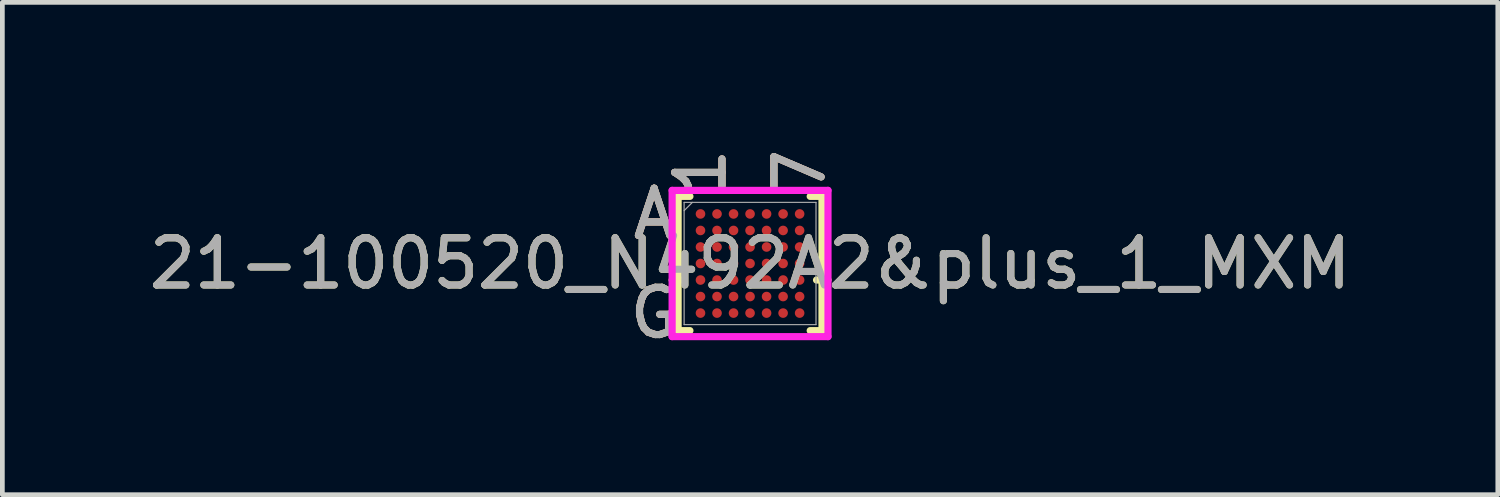
<source format=kicad_pcb>
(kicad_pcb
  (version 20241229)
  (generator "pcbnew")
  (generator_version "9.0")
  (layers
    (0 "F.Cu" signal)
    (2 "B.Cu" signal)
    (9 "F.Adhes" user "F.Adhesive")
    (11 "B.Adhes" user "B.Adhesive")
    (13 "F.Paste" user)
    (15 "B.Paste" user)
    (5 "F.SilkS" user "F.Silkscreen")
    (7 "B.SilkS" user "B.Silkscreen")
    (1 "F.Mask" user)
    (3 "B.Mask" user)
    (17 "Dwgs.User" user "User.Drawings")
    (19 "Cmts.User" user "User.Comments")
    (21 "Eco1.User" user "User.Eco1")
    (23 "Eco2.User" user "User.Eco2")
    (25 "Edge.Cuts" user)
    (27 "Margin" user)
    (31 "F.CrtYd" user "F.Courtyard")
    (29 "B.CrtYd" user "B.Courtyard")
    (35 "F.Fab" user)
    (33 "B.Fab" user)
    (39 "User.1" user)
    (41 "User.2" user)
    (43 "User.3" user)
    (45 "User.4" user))
  (footprint "21-100520_N492A2&plus_1_MXM"
    (layer "F.Cu")
    (at 12.839 2.532)
    (property "Reference" "21-100520_N492A2&plus_1_MXM" (at 0 0 0) (unlocked yes) (layer "F.SilkS") (effects (font (size 1 1) (thickness 0.15))))
    (attr smd)
    (fp_line (start -1.524 -1.422) (end -1.524 1.422) (stroke (width 0.152) (type solid)) (layer "F.SilkS"))
    (fp_line (start -1.524 1.422) (end -1.274 1.422) (stroke (width 0.152) (type solid)) (layer "F.SilkS"))
    (fp_line (start -1.408 0.35) (end -1.651 0.35) (stroke (width 0.152) (type solid)) (layer "F.SilkS"))
    (fp_line (start -1.274 -1.422) (end -1.524 -1.422) (stroke (width 0.152) (type solid)) (layer "F.SilkS"))
    (fp_line (start 1.274 1.422) (end 1.524 1.422) (stroke (width 0.152) (type solid)) (layer "F.SilkS"))
    (fp_line (start 1.408 0.35) (end 1.651 0.35) (stroke (width 0.152) (type solid)) (layer "F.SilkS"))
    (fp_line (start 1.524 -1.422) (end 1.274 -1.422) (stroke (width 0.152) (type solid)) (layer "F.SilkS"))
    (fp_line (start 1.524 1.422) (end 1.524 -1.422) (stroke (width 0.152) (type solid)) (layer "F.SilkS"))
    (fp_poly (pts (xy -1.669 -1.669) (xy 1.669 -1.669) (xy 1.669 1.669) (xy -1.669 1.669)) (stroke (width 0.1) (type solid)) (fill no) (layer "Eco2.User"))
    (fp_line (start -1.651 -1.549) (end 1.651 -1.549) (stroke (width 0.152) (type solid)) (layer "F.CrtYd"))
    (fp_line (start -1.651 1.549) (end -1.651 -1.549) (stroke (width 0.152) (type solid)) (layer "F.CrtYd"))
    (fp_line (start 1.651 -1.549) (end 1.651 1.549) (stroke (width 0.152) (type solid)) (layer "F.CrtYd"))
    (fp_line (start 1.651 1.549) (end -1.651 1.549) (stroke (width 0.152) (type solid)) (layer "F.CrtYd"))
    (fp_line (start -1.397 -1.295) (end -1.397 1.295) (stroke (width 0.025) (type solid)) (layer "F.Fab"))
    (fp_line (start -1.397 1.295) (end 1.397 1.295) (stroke (width 0.025) (type solid)) (layer "F.Fab"))
    (fp_line (start -1.222 -1.295) (end -1.397 -1.12) (stroke (width 0.025) (type solid)) (layer "F.Fab"))
    (fp_line (start 1.397 -1.295) (end -1.397 -1.295) (stroke (width 0.025) (type solid)) (layer "F.Fab"))
    (fp_line (start 1.397 1.295) (end 1.397 -1.295) (stroke (width 0.025) (type solid)) (layer "F.Fab"))
    (fp_text user "1" (at -1.05 -1.93 90) (unlocked yes) (layer "F.SilkS") (effects (font (size 1 1) (thickness 0.15))))
    (fp_text user "7" (at 1.05 -1.93 90) (unlocked yes) (layer "F.SilkS") (effects (font (size 1 1) (thickness 0.15))))
    (fp_text user "G" (at -2.032 1.05 0) (unlocked yes) (layer "F.SilkS") (effects (font (size 1 1) (thickness 0.15))))
    (fp_text user "A" (at -2.032 -1.05 0) (unlocked yes) (layer "F.SilkS") (effects (font (size 1 1) (thickness 0.15))))
    (fp_text user "A" (at -2.032 -1.05 0) (unlocked yes) (layer "B.SilkS") (effects (font (size 1 1) (thickness 0.15))))
    (fp_text user "1" (at -1.05 -1.93 90) (unlocked yes) (layer "B.SilkS") (effects (font (size 1 1) (thickness 0.15))))
    (fp_text user "7" (at 1.05 -1.93 90) (unlocked yes) (layer "B.SilkS") (effects (font (size 1 1) (thickness 0.15))))
    (fp_text user "G" (at -2.032 1.05 0) (unlocked yes) (layer "B.SilkS") (effects (font (size 1 1) (thickness 0.15))))
    (fp_text user "7" (at 1.05 -1.93 90) (unlocked yes) (layer "F.Fab") (effects (font (size 1 1) (thickness 0.15))))
    (fp_text user "G" (at -2.032 1.05 0) (unlocked yes) (layer "F.Fab") (effects (font (size 1 1) (thickness 0.15))))
    (fp_text user "${REFERENCE}" (at 0 0 0) (unlocked yes) (layer "F.Fab") (effects (font (size 1 1) (thickness 0.15))))
    (fp_text user "A" (at -2.032 -1.05 0) (unlocked yes) (layer "F.Fab") (effects (font (size 1 1) (thickness 0.15))))
    (fp_text user "1" (at -1.05 -1.93 90) (unlocked yes) (layer "F.Fab") (effects (font (size 1 1) (thickness 0.15))))
    (pad "A1" smd circle (at -1.05 -1.05) (size 0.203 0.203) (layers "F.Cu" "F.Mask" "F.Paste"))
    (pad "A2" smd circle (at -0.7 -1.05) (size 0.203 0.203) (layers "F.Cu" "F.Mask" "F.Paste"))
    (pad "A3" smd circle (at -0.35 -1.05) (size 0.203 0.203) (layers "F.Cu" "F.Mask" "F.Paste"))
    (pad "A4" smd circle (at 0 -1.05) (size 0.203 0.203) (layers "F.Cu" "F.Mask" "F.Paste"))
    (pad "A5" smd circle (at 0.35 -1.05) (size 0.203 0.203) (layers "F.Cu" "F.Mask" "F.Paste"))
    (pad "A6" smd circle (at 0.7 -1.05) (size 0.203 0.203) (layers "F.Cu" "F.Mask" "F.Paste"))
    (pad "A7" smd circle (at 1.05 -1.05) (size 0.203 0.203) (layers "F.Cu" "F.Mask" "F.Paste"))
    (pad "B1" smd circle (at -1.05 -0.7) (size 0.203 0.203) (layers "F.Cu" "F.Mask" "F.Paste"))
    (pad "B2" smd circle (at -0.7 -0.7) (size 0.203 0.203) (layers "F.Cu" "F.Mask" "F.Paste"))
    (pad "B3" smd circle (at -0.35 -0.7) (size 0.203 0.203) (layers "F.Cu" "F.Mask" "F.Paste"))
    (pad "B4" smd circle (at 0 -0.7) (size 0.203 0.203) (layers "F.Cu" "F.Mask" "F.Paste"))
    (pad "B5" smd circle (at 0.35 -0.7) (size 0.203 0.203) (layers "F.Cu" "F.Mask" "F.Paste"))
    (pad "B6" smd circle (at 0.7 -0.7) (size 0.203 0.203) (layers "F.Cu" "F.Mask" "F.Paste"))
    (pad "B7" smd circle (at 1.05 -0.7) (size 0.203 0.203) (layers "F.Cu" "F.Mask" "F.Paste"))
    (pad "C1" smd circle (at -1.05 -0.35) (size 0.203 0.203) (layers "F.Cu" "F.Mask" "F.Paste"))
    (pad "C2" smd circle (at -0.7 -0.35) (size 0.203 0.203) (layers "F.Cu" "F.Mask" "F.Paste"))
    (pad "C3" smd circle (at -0.35 -0.35) (size 0.203 0.203) (layers "F.Cu" "F.Mask" "F.Paste"))
    (pad "C4" smd circle (at 0 -0.35) (size 0.203 0.203) (layers "F.Cu" "F.Mask" "F.Paste"))
    (pad "C5" smd circle (at 0.35 -0.35) (size 0.203 0.203) (layers "F.Cu" "F.Mask" "F.Paste"))
    (pad "C6" smd circle (at 0.7 -0.35) (size 0.203 0.203) (layers "F.Cu" "F.Mask" "F.Paste"))
    (pad "C7" smd circle (at 1.05 -0.35) (size 0.203 0.203) (layers "F.Cu" "F.Mask" "F.Paste"))
    (pad "D1" smd circle (at -1.05 0) (size 0.203 0.203) (layers "F.Cu" "F.Mask" "F.Paste"))
    (pad "D2" smd circle (at -0.7 0) (size 0.203 0.203) (layers "F.Cu" "F.Mask" "F.Paste"))
    (pad "D3" smd circle (at -0.35 0) (size 0.203 0.203) (layers "F.Cu" "F.Mask" "F.Paste"))
    (pad "D4" smd circle (at 0 0) (size 0.203 0.203) (layers "F.Cu" "F.Mask" "F.Paste"))
    (pad "D5" smd circle (at 0.35 0) (size 0.203 0.203) (layers "F.Cu" "F.Mask" "F.Paste"))
    (pad "D6" smd circle (at 0.7 0) (size 0.203 0.203) (layers "F.Cu" "F.Mask" "F.Paste"))
    (pad "D7" smd circle (at 1.05 0) (size 0.203 0.203) (layers "F.Cu" "F.Mask" "F.Paste"))
    (pad "E1" smd circle (at -1.05 0.35) (size 0.203 0.203) (layers "F.Cu" "F.Mask" "F.Paste"))
    (pad "E2" smd circle (at -0.7 0.35) (size 0.203 0.203) (layers "F.Cu" "F.Mask" "F.Paste"))
    (pad "E3" smd circle (at -0.35 0.35) (size 0.203 0.203) (layers "F.Cu" "F.Mask" "F.Paste"))
    (pad "E4" smd circle (at 0 0.35) (size 0.203 0.203) (layers "F.Cu" "F.Mask" "F.Paste"))
    (pad "E5" smd circle (at 0.35 0.35) (size 0.203 0.203) (layers "F.Cu" "F.Mask" "F.Paste"))
    (pad "E6" smd circle (at 0.7 0.35) (size 0.203 0.203) (layers "F.Cu" "F.Mask" "F.Paste"))
    (pad "E7" smd circle (at 1.05 0.35) (size 0.203 0.203) (layers "F.Cu" "F.Mask" "F.Paste"))
    (pad "F1" smd circle (at -1.05 0.7) (size 0.203 0.203) (layers "F.Cu" "F.Mask" "F.Paste"))
    (pad "F2" smd circle (at -0.7 0.7) (size 0.203 0.203) (layers "F.Cu" "F.Mask" "F.Paste"))
    (pad "F3" smd circle (at -0.35 0.7) (size 0.203 0.203) (layers "F.Cu" "F.Mask" "F.Paste"))
    (pad "F4" smd circle (at 0 0.7) (size 0.203 0.203) (layers "F.Cu" "F.Mask" "F.Paste"))
    (pad "F5" smd circle (at 0.35 0.7) (size 0.203 0.203) (layers "F.Cu" "F.Mask" "F.Paste"))
    (pad "F6" smd circle (at 0.7 0.7) (size 0.203 0.203) (layers "F.Cu" "F.Mask" "F.Paste"))
    (pad "F7" smd circle (at 1.05 0.7) (size 0.203 0.203) (layers "F.Cu" "F.Mask" "F.Paste"))
    (pad "G1" smd circle (at -1.05 1.05) (size 0.203 0.203) (layers "F.Cu" "F.Mask" "F.Paste"))
    (pad "G2" smd circle (at -0.7 1.05) (size 0.203 0.203) (layers "F.Cu" "F.Mask" "F.Paste"))
    (pad "G3" smd circle (at -0.35 1.05) (size 0.203 0.203) (layers "F.Cu" "F.Mask" "F.Paste"))
    (pad "G4" smd circle (at 0 1.05) (size 0.203 0.203) (layers "F.Cu" "F.Mask" "F.Paste"))
    (pad "G5" smd circle (at 0.35 1.05) (size 0.203 0.203) (layers "F.Cu" "F.Mask" "F.Paste"))
    (pad "G6" smd circle (at 0.7 1.05) (size 0.203 0.203) (layers "F.Cu" "F.Mask" "F.Paste"))
    (pad "G7" smd circle (at 1.05 1.05) (size 0.203 0.203) (layers "F.Cu" "F.Mask" "F.Paste")))
  (gr_rect
    (start -3 -3)
    (end 28.679 7.43)
    (stroke (width 0.1) (type default))
    (fill no)
    (layer "Edge.Cuts")))
</source>
